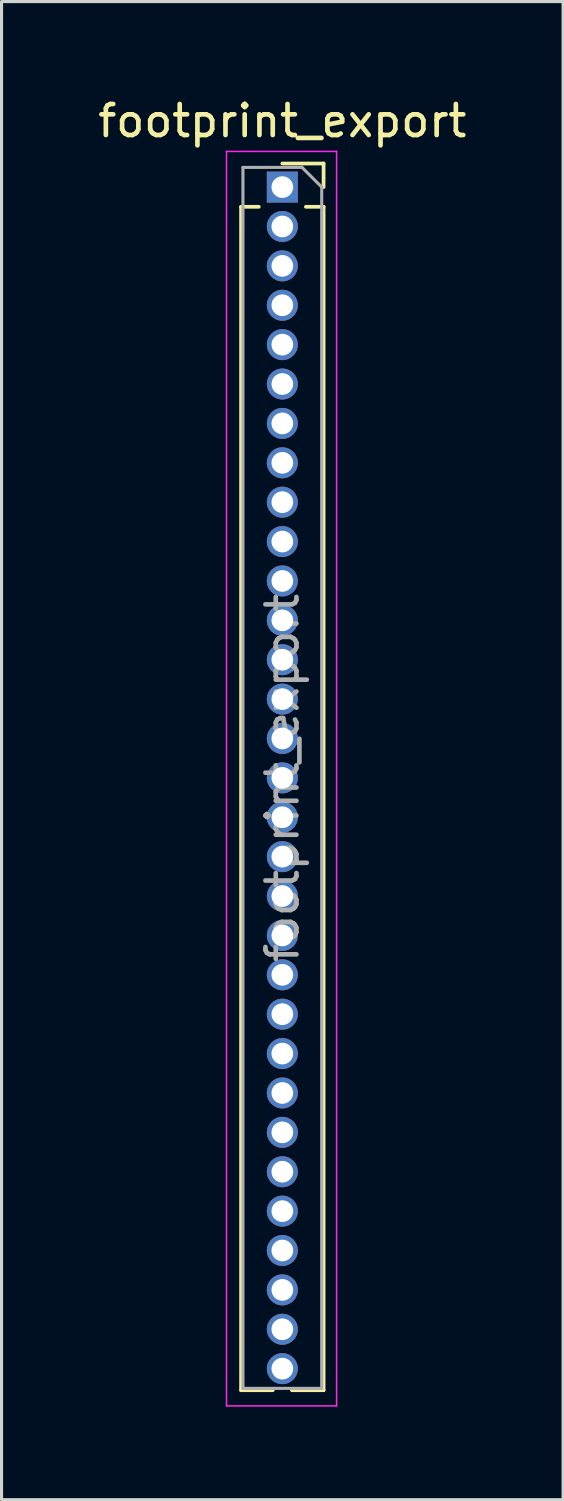
<source format=kicad_pcb>
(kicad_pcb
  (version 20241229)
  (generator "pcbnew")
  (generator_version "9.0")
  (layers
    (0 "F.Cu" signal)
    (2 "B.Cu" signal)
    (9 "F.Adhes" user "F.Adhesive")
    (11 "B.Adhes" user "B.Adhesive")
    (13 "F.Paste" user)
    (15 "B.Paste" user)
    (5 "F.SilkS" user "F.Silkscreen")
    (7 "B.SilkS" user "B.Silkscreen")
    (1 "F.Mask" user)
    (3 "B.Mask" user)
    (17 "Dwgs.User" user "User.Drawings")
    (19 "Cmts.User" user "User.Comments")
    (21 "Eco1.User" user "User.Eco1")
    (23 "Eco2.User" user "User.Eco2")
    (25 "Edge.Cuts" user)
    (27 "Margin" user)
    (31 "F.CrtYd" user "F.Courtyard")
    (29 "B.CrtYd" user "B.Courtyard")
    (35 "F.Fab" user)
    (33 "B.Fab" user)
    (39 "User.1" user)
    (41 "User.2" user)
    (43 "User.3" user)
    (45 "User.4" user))
  (footprint "footprint_export"
    (layer "F.Cu")
    (at 6.054 2.983)
    (property "Reference" "footprint_export" (at 0 -2.135 0) (layer "F.SilkS") (effects (font (size 1 1) (thickness 0.15))))
    (attr through_hole)
    (fp_line (start -1.33 0.635) (end -1.33 38.795) (stroke (width 0.12) (type solid)) (layer "F.SilkS"))
    (fp_line (start -1.33 0.635) (end -0.76 0.635) (stroke (width 0.12) (type solid)) (layer "F.SilkS"))
    (fp_line (start -1.33 38.795) (end -0.308 38.795) (stroke (width 0.12) (type solid)) (layer "F.SilkS"))
    (fp_line (start 0 -0.76) (end 1.33 -0.76) (stroke (width 0.12) (type solid)) (layer "F.SilkS"))
    (fp_line (start 0.308 38.795) (end 1.33 38.795) (stroke (width 0.12) (type solid)) (layer "F.SilkS"))
    (fp_line (start 0.76 0.635) (end 1.33 0.635) (stroke (width 0.12) (type solid)) (layer "F.SilkS"))
    (fp_line (start 1.33 -0.76) (end 1.33 0) (stroke (width 0.12) (type solid)) (layer "F.SilkS"))
    (fp_line (start 1.33 0.635) (end 1.33 38.795) (stroke (width 0.12) (type solid)) (layer "F.SilkS"))
    (fp_line (start -1.8 -1.15) (end 1.75 -1.15) (stroke (width 0.05) (type solid)) (layer "F.CrtYd"))
    (fp_line (start -1.8 39.3) (end -1.8 -1.15) (stroke (width 0.05) (type solid)) (layer "F.CrtYd"))
    (fp_line (start 1.75 -1.15) (end 1.75 39.3) (stroke (width 0.05) (type solid)) (layer "F.CrtYd"))
    (fp_line (start 1.75 39.3) (end -1.8 39.3) (stroke (width 0.05) (type solid)) (layer "F.CrtYd"))
    (fp_line (start -1.27 -0.635) (end 0.635 -0.635) (stroke (width 0.1) (type solid)) (layer "F.Fab"))
    (fp_line (start -1.27 38.735) (end -1.27 -0.635) (stroke (width 0.1) (type solid)) (layer "F.Fab"))
    (fp_line (start 0.635 -0.635) (end 1.27 0) (stroke (width 0.1) (type solid)) (layer "F.Fab"))
    (fp_line (start 1.27 0) (end 1.27 38.735) (stroke (width 0.1) (type solid)) (layer "F.Fab"))
    (fp_line (start 1.27 38.735) (end -1.27 38.735) (stroke (width 0.1) (type solid)) (layer "F.Fab"))
    (fp_text user "${REFERENCE}" (at 0 19.05 90) (layer "F.Fab") (effects (font (size 1 1) (thickness 0.15))))
    (pad "1" thru_hole rect (at 0 0) (size 1 1) (drill 0.7) (layers "*.Cu" "*.Mask"))
    (pad "2" thru_hole oval (at 0 1.27) (size 1 1) (drill 0.7) (layers "*.Cu" "*.Mask"))
    (pad "3" thru_hole oval (at 0 2.54) (size 1 1) (drill 0.7) (layers "*.Cu" "*.Mask"))
    (pad "4" thru_hole oval (at 0 3.81) (size 1 1) (drill 0.7) (layers "*.Cu" "*.Mask"))
    (pad "5" thru_hole oval (at 0 5.08) (size 1 1) (drill 0.7) (layers "*.Cu" "*.Mask"))
    (pad "6" thru_hole oval (at 0 6.35) (size 1 1) (drill 0.7) (layers "*.Cu" "*.Mask"))
    (pad "7" thru_hole oval (at 0 7.62) (size 1 1) (drill 0.7) (layers "*.Cu" "*.Mask"))
    (pad "8" thru_hole oval (at 0 8.89) (size 1 1) (drill 0.7) (layers "*.Cu" "*.Mask"))
    (pad "9" thru_hole oval (at 0 10.16) (size 1 1) (drill 0.7) (layers "*.Cu" "*.Mask"))
    (pad "10" thru_hole oval (at 0 11.43) (size 1 1) (drill 0.7) (layers "*.Cu" "*.Mask"))
    (pad "11" thru_hole oval (at 0 12.7) (size 1 1) (drill 0.7) (layers "*.Cu" "*.Mask"))
    (pad "12" thru_hole oval (at 0 13.97) (size 1 1) (drill 0.7) (layers "*.Cu" "*.Mask"))
    (pad "13" thru_hole oval (at 0 15.24) (size 1 1) (drill 0.7) (layers "*.Cu" "*.Mask"))
    (pad "14" thru_hole oval (at 0 16.51) (size 1 1) (drill 0.7) (layers "*.Cu" "*.Mask"))
    (pad "15" thru_hole oval (at 0 17.78) (size 1 1) (drill 0.7) (layers "*.Cu" "*.Mask"))
    (pad "16" thru_hole oval (at 0 19.05) (size 1 1) (drill 0.7) (layers "*.Cu" "*.Mask"))
    (pad "17" thru_hole oval (at 0 20.32) (size 1 1) (drill 0.7) (layers "*.Cu" "*.Mask"))
    (pad "18" thru_hole oval (at 0 21.59) (size 1 1) (drill 0.7) (layers "*.Cu" "*.Mask"))
    (pad "19" thru_hole oval (at 0 22.86) (size 1 1) (drill 0.7) (layers "*.Cu" "*.Mask"))
    (pad "20" thru_hole oval (at 0 24.13) (size 1 1) (drill 0.7) (layers "*.Cu" "*.Mask"))
    (pad "21" thru_hole oval (at 0 25.4) (size 1 1) (drill 0.7) (layers "*.Cu" "*.Mask"))
    (pad "22" thru_hole oval (at 0 26.67) (size 1 1) (drill 0.7) (layers "*.Cu" "*.Mask"))
    (pad "23" thru_hole oval (at 0 27.94) (size 1 1) (drill 0.7) (layers "*.Cu" "*.Mask"))
    (pad "24" thru_hole oval (at 0 29.21) (size 1 1) (drill 0.7) (layers "*.Cu" "*.Mask"))
    (pad "25" thru_hole oval (at 0 30.48) (size 1 1) (drill 0.7) (layers "*.Cu" "*.Mask"))
    (pad "26" thru_hole oval (at 0 31.75) (size 1 1) (drill 0.7) (layers "*.Cu" "*.Mask"))
    (pad "27" thru_hole oval (at 0 33.02) (size 1 1) (drill 0.7) (layers "*.Cu" "*.Mask"))
    (pad "28" thru_hole oval (at 0 34.29) (size 1 1) (drill 0.7) (layers "*.Cu" "*.Mask"))
    (pad "29" thru_hole oval (at 0 35.56) (size 1 1) (drill 0.7) (layers "*.Cu" "*.Mask"))
    (pad "30" thru_hole oval (at 0 36.83) (size 1 1) (drill 0.7) (layers "*.Cu" "*.Mask"))
    (pad "31" thru_hole oval (at 0 38.1) (size 1 1) (drill 0.7) (layers "*.Cu" "*.Mask")))
  (gr_rect
    (start -3 -3)
    (end 15.107 45.308)
    (stroke (width 0.1) (type default))
    (fill no)
    (layer "Edge.Cuts")))
</source>
